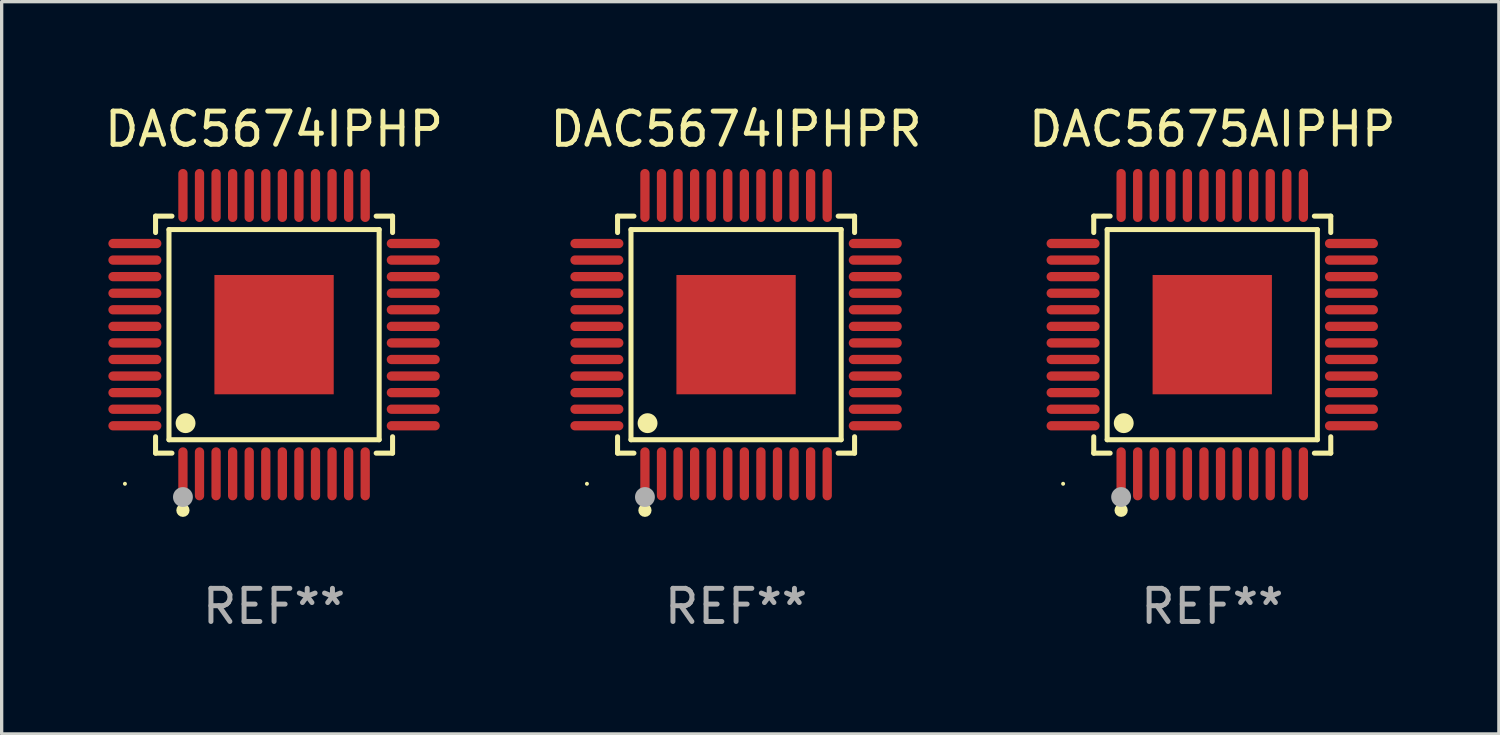
<source format=kicad_pcb>
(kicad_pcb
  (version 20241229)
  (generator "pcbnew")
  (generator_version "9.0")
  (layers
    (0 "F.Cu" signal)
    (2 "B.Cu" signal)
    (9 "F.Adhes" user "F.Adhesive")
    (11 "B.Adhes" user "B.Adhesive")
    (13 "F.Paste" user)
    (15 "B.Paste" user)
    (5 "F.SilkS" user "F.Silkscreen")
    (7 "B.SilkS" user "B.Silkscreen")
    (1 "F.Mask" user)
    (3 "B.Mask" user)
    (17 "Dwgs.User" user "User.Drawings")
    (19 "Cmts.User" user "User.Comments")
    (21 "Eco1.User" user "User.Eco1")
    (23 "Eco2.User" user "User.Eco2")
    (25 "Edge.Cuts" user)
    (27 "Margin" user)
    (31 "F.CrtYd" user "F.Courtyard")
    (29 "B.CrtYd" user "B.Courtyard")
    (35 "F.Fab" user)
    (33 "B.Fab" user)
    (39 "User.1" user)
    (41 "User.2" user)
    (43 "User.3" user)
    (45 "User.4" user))
  (footprint "DAC5674IPHP"
    (layer "F.Cu")
    (at 5.22 7.048)
    (property "Reference" "DAC5674IPHP" (at 0 -6.2 0) (layer "F.SilkS") (effects (font (size 1 1) (thickness 0.15))))
    (attr through_hole)
    (fp_line (start -3.576 -3.576) (end -3.081 -3.576) (stroke (width 0.152) (type solid)) (layer "F.SilkS"))
    (fp_line (start -3.576 -3.081) (end -3.576 -3.576) (stroke (width 0.152) (type solid)) (layer "F.SilkS"))
    (fp_line (start -3.576 3.081) (end -3.576 3.576) (stroke (width 0.152) (type solid)) (layer "F.SilkS"))
    (fp_line (start -3.576 3.576) (end -3.081 3.576) (stroke (width 0.152) (type solid)) (layer "F.SilkS"))
    (fp_line (start -3.171 -3.171) (end 3.171 -3.171) (stroke (width 0.152) (type solid)) (layer "F.SilkS"))
    (fp_line (start -3.171 3.171) (end -3.171 -3.171) (stroke (width 0.152) (type solid)) (layer "F.SilkS"))
    (fp_line (start 3.171 -3.171) (end 3.171 3.171) (stroke (width 0.152) (type solid)) (layer "F.SilkS"))
    (fp_line (start 3.171 3.171) (end -3.171 3.171) (stroke (width 0.152) (type solid)) (layer "F.SilkS"))
    (fp_line (start 3.576 -3.576) (end 3.081 -3.576) (stroke (width 0.152) (type solid)) (layer "F.SilkS"))
    (fp_line (start 3.576 -3.081) (end 3.576 -3.576) (stroke (width 0.152) (type solid)) (layer "F.SilkS"))
    (fp_line (start 3.576 3.081) (end 3.576 3.576) (stroke (width 0.152) (type solid)) (layer "F.SilkS"))
    (fp_line (start 3.576 3.576) (end 3.081 3.576) (stroke (width 0.152) (type solid)) (layer "F.SilkS"))
    (fp_circle (center -4.5 4.5) (end -4.47 4.5) (stroke (width 0.06) (type solid)) (fill no) (layer "F.SilkS"))
    (fp_circle (center -2.75 5.3) (end -2.65 5.3) (stroke (width 0.2) (type solid)) (fill no) (layer "F.SilkS"))
    (fp_circle (center -2.671 2.671) (end -2.521 2.671) (stroke (width 0.3) (type solid)) (fill no) (layer "F.SilkS"))
    (fp_circle (center -2.75 4.9) (end -2.6 4.9) (stroke (width 0.3) (type solid)) (fill no) (layer "F.Fab"))
    (fp_text user "REF**" (at 0 8.2 0) (layer "F.Fab") (effects (font (size 1 1) (thickness 0.15))))
    (pad "1" smd oval (at -2.75 4.2) (size 0.28 1.6) (layers "F.Cu" "F.Mask" "F.Paste"))
    (pad "2" smd oval (at -2.25 4.2) (size 0.28 1.6) (layers "F.Cu" "F.Mask" "F.Paste"))
    (pad "3" smd oval (at -1.75 4.2) (size 0.28 1.6) (layers "F.Cu" "F.Mask" "F.Paste"))
    (pad "4" smd oval (at -1.25 4.2) (size 0.28 1.6) (layers "F.Cu" "F.Mask" "F.Paste"))
    (pad "5" smd oval (at -0.75 4.2) (size 0.28 1.6) (layers "F.Cu" "F.Mask" "F.Paste"))
    (pad "6" smd oval (at -0.25 4.2) (size 0.28 1.6) (layers "F.Cu" "F.Mask" "F.Paste"))
    (pad "7" smd oval (at 0.25 4.2) (size 0.28 1.6) (layers "F.Cu" "F.Mask" "F.Paste"))
    (pad "8" smd oval (at 0.75 4.2) (size 0.28 1.6) (layers "F.Cu" "F.Mask" "F.Paste"))
    (pad "9" smd oval (at 1.25 4.2) (size 0.28 1.6) (layers "F.Cu" "F.Mask" "F.Paste"))
    (pad "10" smd oval (at 1.75 4.2) (size 0.28 1.6) (layers "F.Cu" "F.Mask" "F.Paste"))
    (pad "11" smd oval (at 2.25 4.2) (size 0.28 1.6) (layers "F.Cu" "F.Mask" "F.Paste"))
    (pad "12" smd oval (at 2.75 4.2) (size 0.28 1.6) (layers "F.Cu" "F.Mask" "F.Paste"))
    (pad "13" smd oval (at 4.2 2.75) (size 1.6 0.28) (layers "F.Cu" "F.Mask" "F.Paste"))
    (pad "14" smd oval (at 4.2 2.25) (size 1.6 0.28) (layers "F.Cu" "F.Mask" "F.Paste"))
    (pad "15" smd oval (at 4.2 1.75) (size 1.6 0.28) (layers "F.Cu" "F.Mask" "F.Paste"))
    (pad "16" smd oval (at 4.2 1.25) (size 1.6 0.28) (layers "F.Cu" "F.Mask" "F.Paste"))
    (pad "17" smd oval (at 4.2 0.75) (size 1.6 0.28) (layers "F.Cu" "F.Mask" "F.Paste"))
    (pad "18" smd oval (at 4.2 0.25) (size 1.6 0.28) (layers "F.Cu" "F.Mask" "F.Paste"))
    (pad "19" smd oval (at 4.2 -0.25) (size 1.6 0.28) (layers "F.Cu" "F.Mask" "F.Paste"))
    (pad "20" smd oval (at 4.2 -0.75) (size 1.6 0.28) (layers "F.Cu" "F.Mask" "F.Paste"))
    (pad "21" smd oval (at 4.2 -1.25) (size 1.6 0.28) (layers "F.Cu" "F.Mask" "F.Paste"))
    (pad "22" smd oval (at 4.2 -1.75) (size 1.6 0.28) (layers "F.Cu" "F.Mask" "F.Paste"))
    (pad "23" smd oval (at 4.2 -2.25) (size 1.6 0.28) (layers "F.Cu" "F.Mask" "F.Paste"))
    (pad "24" smd oval (at 4.2 -2.75) (size 1.6 0.28) (layers "F.Cu" "F.Mask" "F.Paste"))
    (pad "25" smd oval (at 2.75 -4.2) (size 0.28 1.6) (layers "F.Cu" "F.Mask" "F.Paste"))
    (pad "26" smd oval (at 2.25 -4.2) (size 0.28 1.6) (layers "F.Cu" "F.Mask" "F.Paste"))
    (pad "27" smd oval (at 1.75 -4.2) (size 0.28 1.6) (layers "F.Cu" "F.Mask" "F.Paste"))
    (pad "28" smd oval (at 1.25 -4.2) (size 0.28 1.6) (layers "F.Cu" "F.Mask" "F.Paste"))
    (pad "29" smd oval (at 0.75 -4.2) (size 0.28 1.6) (layers "F.Cu" "F.Mask" "F.Paste"))
    (pad "30" smd oval (at 0.25 -4.2) (size 0.28 1.6) (layers "F.Cu" "F.Mask" "F.Paste"))
    (pad "31" smd oval (at -0.25 -4.2) (size 0.28 1.6) (layers "F.Cu" "F.Mask" "F.Paste"))
    (pad "32" smd oval (at -0.75 -4.2) (size 0.28 1.6) (layers "F.Cu" "F.Mask" "F.Paste"))
    (pad "33" smd oval (at -1.25 -4.2) (size 0.28 1.6) (layers "F.Cu" "F.Mask" "F.Paste"))
    (pad "34" smd oval (at -1.75 -4.2) (size 0.28 1.6) (layers "F.Cu" "F.Mask" "F.Paste"))
    (pad "35" smd oval (at -2.25 -4.2) (size 0.28 1.6) (layers "F.Cu" "F.Mask" "F.Paste"))
    (pad "36" smd oval (at -2.75 -4.2) (size 0.28 1.6) (layers "F.Cu" "F.Mask" "F.Paste"))
    (pad "37" smd oval (at -4.2 -2.75) (size 1.6 0.28) (layers "F.Cu" "F.Mask" "F.Paste"))
    (pad "38" smd oval (at -4.2 -2.25) (size 1.6 0.28) (layers "F.Cu" "F.Mask" "F.Paste"))
    (pad "39" smd oval (at -4.2 -1.75) (size 1.6 0.28) (layers "F.Cu" "F.Mask" "F.Paste"))
    (pad "40" smd oval (at -4.2 -1.25) (size 1.6 0.28) (layers "F.Cu" "F.Mask" "F.Paste"))
    (pad "41" smd oval (at -4.2 -0.75) (size 1.6 0.28) (layers "F.Cu" "F.Mask" "F.Paste"))
    (pad "42" smd oval (at -4.2 -0.25) (size 1.6 0.28) (layers "F.Cu" "F.Mask" "F.Paste"))
    (pad "43" smd oval (at -4.2 0.25) (size 1.6 0.28) (layers "F.Cu" "F.Mask" "F.Paste"))
    (pad "44" smd oval (at -4.2 0.75) (size 1.6 0.28) (layers "F.Cu" "F.Mask" "F.Paste"))
    (pad "45" smd oval (at -4.2 1.25) (size 1.6 0.28) (layers "F.Cu" "F.Mask" "F.Paste"))
    (pad "46" smd oval (at -4.2 1.75) (size 1.6 0.28) (layers "F.Cu" "F.Mask" "F.Paste"))
    (pad "47" smd oval (at -4.2 2.25) (size 1.6 0.28) (layers "F.Cu" "F.Mask" "F.Paste"))
    (pad "48" smd oval (at -4.2 2.75) (size 1.6 0.28) (layers "F.Cu" "F.Mask" "F.Paste"))
    (pad "49" smd rect (at 0 0) (size 3.6 3.6) (layers "F.Cu" "F.Mask" "F.Paste")))
  (footprint "DAC5674IPHPR"
    (layer "F.Cu")
    (at 19.161 7.048)
    (property "Reference" "DAC5674IPHPR" (at 0 -6.2 0) (layer "F.SilkS") (effects (font (size 1 1) (thickness 0.15))))
    (attr through_hole)
    (fp_line (start -3.576 -3.576) (end -3.081 -3.576) (stroke (width 0.152) (type solid)) (layer "F.SilkS"))
    (fp_line (start -3.576 -3.081) (end -3.576 -3.576) (stroke (width 0.152) (type solid)) (layer "F.SilkS"))
    (fp_line (start -3.576 3.081) (end -3.576 3.576) (stroke (width 0.152) (type solid)) (layer "F.SilkS"))
    (fp_line (start -3.576 3.576) (end -3.081 3.576) (stroke (width 0.152) (type solid)) (layer "F.SilkS"))
    (fp_line (start -3.171 -3.171) (end 3.171 -3.171) (stroke (width 0.152) (type solid)) (layer "F.SilkS"))
    (fp_line (start -3.171 3.171) (end -3.171 -3.171) (stroke (width 0.152) (type solid)) (layer "F.SilkS"))
    (fp_line (start 3.171 -3.171) (end 3.171 3.171) (stroke (width 0.152) (type solid)) (layer "F.SilkS"))
    (fp_line (start 3.171 3.171) (end -3.171 3.171) (stroke (width 0.152) (type solid)) (layer "F.SilkS"))
    (fp_line (start 3.576 -3.576) (end 3.081 -3.576) (stroke (width 0.152) (type solid)) (layer "F.SilkS"))
    (fp_line (start 3.576 -3.081) (end 3.576 -3.576) (stroke (width 0.152) (type solid)) (layer "F.SilkS"))
    (fp_line (start 3.576 3.081) (end 3.576 3.576) (stroke (width 0.152) (type solid)) (layer "F.SilkS"))
    (fp_line (start 3.576 3.576) (end 3.081 3.576) (stroke (width 0.152) (type solid)) (layer "F.SilkS"))
    (fp_circle (center -4.5 4.5) (end -4.47 4.5) (stroke (width 0.06) (type solid)) (fill no) (layer "F.SilkS"))
    (fp_circle (center -2.75 5.3) (end -2.65 5.3) (stroke (width 0.2) (type solid)) (fill no) (layer "F.SilkS"))
    (fp_circle (center -2.671 2.671) (end -2.521 2.671) (stroke (width 0.3) (type solid)) (fill no) (layer "F.SilkS"))
    (fp_circle (center -2.75 4.9) (end -2.6 4.9) (stroke (width 0.3) (type solid)) (fill no) (layer "F.Fab"))
    (fp_text user "REF**" (at 0 8.2 0) (layer "F.Fab") (effects (font (size 1 1) (thickness 0.15))))
    (pad "1" smd oval (at -2.75 4.2) (size 0.28 1.6) (layers "F.Cu" "F.Mask" "F.Paste"))
    (pad "2" smd oval (at -2.25 4.2) (size 0.28 1.6) (layers "F.Cu" "F.Mask" "F.Paste"))
    (pad "3" smd oval (at -1.75 4.2) (size 0.28 1.6) (layers "F.Cu" "F.Mask" "F.Paste"))
    (pad "4" smd oval (at -1.25 4.2) (size 0.28 1.6) (layers "F.Cu" "F.Mask" "F.Paste"))
    (pad "5" smd oval (at -0.75 4.2) (size 0.28 1.6) (layers "F.Cu" "F.Mask" "F.Paste"))
    (pad "6" smd oval (at -0.25 4.2) (size 0.28 1.6) (layers "F.Cu" "F.Mask" "F.Paste"))
    (pad "7" smd oval (at 0.25 4.2) (size 0.28 1.6) (layers "F.Cu" "F.Mask" "F.Paste"))
    (pad "8" smd oval (at 0.75 4.2) (size 0.28 1.6) (layers "F.Cu" "F.Mask" "F.Paste"))
    (pad "9" smd oval (at 1.25 4.2) (size 0.28 1.6) (layers "F.Cu" "F.Mask" "F.Paste"))
    (pad "10" smd oval (at 1.75 4.2) (size 0.28 1.6) (layers "F.Cu" "F.Mask" "F.Paste"))
    (pad "11" smd oval (at 2.25 4.2) (size 0.28 1.6) (layers "F.Cu" "F.Mask" "F.Paste"))
    (pad "12" smd oval (at 2.75 4.2) (size 0.28 1.6) (layers "F.Cu" "F.Mask" "F.Paste"))
    (pad "13" smd oval (at 4.2 2.75) (size 1.6 0.28) (layers "F.Cu" "F.Mask" "F.Paste"))
    (pad "14" smd oval (at 4.2 2.25) (size 1.6 0.28) (layers "F.Cu" "F.Mask" "F.Paste"))
    (pad "15" smd oval (at 4.2 1.75) (size 1.6 0.28) (layers "F.Cu" "F.Mask" "F.Paste"))
    (pad "16" smd oval (at 4.2 1.25) (size 1.6 0.28) (layers "F.Cu" "F.Mask" "F.Paste"))
    (pad "17" smd oval (at 4.2 0.75) (size 1.6 0.28) (layers "F.Cu" "F.Mask" "F.Paste"))
    (pad "18" smd oval (at 4.2 0.25) (size 1.6 0.28) (layers "F.Cu" "F.Mask" "F.Paste"))
    (pad "19" smd oval (at 4.2 -0.25) (size 1.6 0.28) (layers "F.Cu" "F.Mask" "F.Paste"))
    (pad "20" smd oval (at 4.2 -0.75) (size 1.6 0.28) (layers "F.Cu" "F.Mask" "F.Paste"))
    (pad "21" smd oval (at 4.2 -1.25) (size 1.6 0.28) (layers "F.Cu" "F.Mask" "F.Paste"))
    (pad "22" smd oval (at 4.2 -1.75) (size 1.6 0.28) (layers "F.Cu" "F.Mask" "F.Paste"))
    (pad "23" smd oval (at 4.2 -2.25) (size 1.6 0.28) (layers "F.Cu" "F.Mask" "F.Paste"))
    (pad "24" smd oval (at 4.2 -2.75) (size 1.6 0.28) (layers "F.Cu" "F.Mask" "F.Paste"))
    (pad "25" smd oval (at 2.75 -4.2) (size 0.28 1.6) (layers "F.Cu" "F.Mask" "F.Paste"))
    (pad "26" smd oval (at 2.25 -4.2) (size 0.28 1.6) (layers "F.Cu" "F.Mask" "F.Paste"))
    (pad "27" smd oval (at 1.75 -4.2) (size 0.28 1.6) (layers "F.Cu" "F.Mask" "F.Paste"))
    (pad "28" smd oval (at 1.25 -4.2) (size 0.28 1.6) (layers "F.Cu" "F.Mask" "F.Paste"))
    (pad "29" smd oval (at 0.75 -4.2) (size 0.28 1.6) (layers "F.Cu" "F.Mask" "F.Paste"))
    (pad "30" smd oval (at 0.25 -4.2) (size 0.28 1.6) (layers "F.Cu" "F.Mask" "F.Paste"))
    (pad "31" smd oval (at -0.25 -4.2) (size 0.28 1.6) (layers "F.Cu" "F.Mask" "F.Paste"))
    (pad "32" smd oval (at -0.75 -4.2) (size 0.28 1.6) (layers "F.Cu" "F.Mask" "F.Paste"))
    (pad "33" smd oval (at -1.25 -4.2) (size 0.28 1.6) (layers "F.Cu" "F.Mask" "F.Paste"))
    (pad "34" smd oval (at -1.75 -4.2) (size 0.28 1.6) (layers "F.Cu" "F.Mask" "F.Paste"))
    (pad "35" smd oval (at -2.25 -4.2) (size 0.28 1.6) (layers "F.Cu" "F.Mask" "F.Paste"))
    (pad "36" smd oval (at -2.75 -4.2) (size 0.28 1.6) (layers "F.Cu" "F.Mask" "F.Paste"))
    (pad "37" smd oval (at -4.2 -2.75) (size 1.6 0.28) (layers "F.Cu" "F.Mask" "F.Paste"))
    (pad "38" smd oval (at -4.2 -2.25) (size 1.6 0.28) (layers "F.Cu" "F.Mask" "F.Paste"))
    (pad "39" smd oval (at -4.2 -1.75) (size 1.6 0.28) (layers "F.Cu" "F.Mask" "F.Paste"))
    (pad "40" smd oval (at -4.2 -1.25) (size 1.6 0.28) (layers "F.Cu" "F.Mask" "F.Paste"))
    (pad "41" smd oval (at -4.2 -0.75) (size 1.6 0.28) (layers "F.Cu" "F.Mask" "F.Paste"))
    (pad "42" smd oval (at -4.2 -0.25) (size 1.6 0.28) (layers "F.Cu" "F.Mask" "F.Paste"))
    (pad "43" smd oval (at -4.2 0.25) (size 1.6 0.28) (layers "F.Cu" "F.Mask" "F.Paste"))
    (pad "44" smd oval (at -4.2 0.75) (size 1.6 0.28) (layers "F.Cu" "F.Mask" "F.Paste"))
    (pad "45" smd oval (at -4.2 1.25) (size 1.6 0.28) (layers "F.Cu" "F.Mask" "F.Paste"))
    (pad "46" smd oval (at -4.2 1.75) (size 1.6 0.28) (layers "F.Cu" "F.Mask" "F.Paste"))
    (pad "47" smd oval (at -4.2 2.25) (size 1.6 0.28) (layers "F.Cu" "F.Mask" "F.Paste"))
    (pad "48" smd oval (at -4.2 2.75) (size 1.6 0.28) (layers "F.Cu" "F.Mask" "F.Paste"))
    (pad "49" smd rect (at 0 0) (size 3.6 3.6) (layers "F.Cu" "F.Mask" "F.Paste")))
  (footprint "DAC5675AIPHP"
    (layer "F.Cu")
    (at 33.53 7.048)
    (property "Reference" "DAC5675AIPHP" (at 0 -6.2 0) (layer "F.SilkS") (effects (font (size 1 1) (thickness 0.15))))
    (attr through_hole)
    (fp_line (start -3.576 -3.576) (end -3.081 -3.576) (stroke (width 0.152) (type solid)) (layer "F.SilkS"))
    (fp_line (start -3.576 -3.081) (end -3.576 -3.576) (stroke (width 0.152) (type solid)) (layer "F.SilkS"))
    (fp_line (start -3.576 3.081) (end -3.576 3.576) (stroke (width 0.152) (type solid)) (layer "F.SilkS"))
    (fp_line (start -3.576 3.576) (end -3.081 3.576) (stroke (width 0.152) (type solid)) (layer "F.SilkS"))
    (fp_line (start -3.171 -3.171) (end 3.171 -3.171) (stroke (width 0.152) (type solid)) (layer "F.SilkS"))
    (fp_line (start -3.171 3.171) (end -3.171 -3.171) (stroke (width 0.152) (type solid)) (layer "F.SilkS"))
    (fp_line (start 3.171 -3.171) (end 3.171 3.171) (stroke (width 0.152) (type solid)) (layer "F.SilkS"))
    (fp_line (start 3.171 3.171) (end -3.171 3.171) (stroke (width 0.152) (type solid)) (layer "F.SilkS"))
    (fp_line (start 3.576 -3.576) (end 3.081 -3.576) (stroke (width 0.152) (type solid)) (layer "F.SilkS"))
    (fp_line (start 3.576 -3.081) (end 3.576 -3.576) (stroke (width 0.152) (type solid)) (layer "F.SilkS"))
    (fp_line (start 3.576 3.081) (end 3.576 3.576) (stroke (width 0.152) (type solid)) (layer "F.SilkS"))
    (fp_line (start 3.576 3.576) (end 3.081 3.576) (stroke (width 0.152) (type solid)) (layer "F.SilkS"))
    (fp_circle (center -4.5 4.5) (end -4.47 4.5) (stroke (width 0.06) (type solid)) (fill no) (layer "F.SilkS"))
    (fp_circle (center -2.75 5.3) (end -2.65 5.3) (stroke (width 0.2) (type solid)) (fill no) (layer "F.SilkS"))
    (fp_circle (center -2.671 2.671) (end -2.521 2.671) (stroke (width 0.3) (type solid)) (fill no) (layer "F.SilkS"))
    (fp_circle (center -2.75 4.9) (end -2.6 4.9) (stroke (width 0.3) (type solid)) (fill no) (layer "F.Fab"))
    (fp_text user "REF**" (at 0 8.2 0) (layer "F.Fab") (effects (font (size 1 1) (thickness 0.15))))
    (pad "1" smd oval (at -2.75 4.2) (size 0.28 1.6) (layers "F.Cu" "F.Mask" "F.Paste"))
    (pad "2" smd oval (at -2.25 4.2) (size 0.28 1.6) (layers "F.Cu" "F.Mask" "F.Paste"))
    (pad "3" smd oval (at -1.75 4.2) (size 0.28 1.6) (layers "F.Cu" "F.Mask" "F.Paste"))
    (pad "4" smd oval (at -1.25 4.2) (size 0.28 1.6) (layers "F.Cu" "F.Mask" "F.Paste"))
    (pad "5" smd oval (at -0.75 4.2) (size 0.28 1.6) (layers "F.Cu" "F.Mask" "F.Paste"))
    (pad "6" smd oval (at -0.25 4.2) (size 0.28 1.6) (layers "F.Cu" "F.Mask" "F.Paste"))
    (pad "7" smd oval (at 0.25 4.2) (size 0.28 1.6) (layers "F.Cu" "F.Mask" "F.Paste"))
    (pad "8" smd oval (at 0.75 4.2) (size 0.28 1.6) (layers "F.Cu" "F.Mask" "F.Paste"))
    (pad "9" smd oval (at 1.25 4.2) (size 0.28 1.6) (layers "F.Cu" "F.Mask" "F.Paste"))
    (pad "10" smd oval (at 1.75 4.2) (size 0.28 1.6) (layers "F.Cu" "F.Mask" "F.Paste"))
    (pad "11" smd oval (at 2.25 4.2) (size 0.28 1.6) (layers "F.Cu" "F.Mask" "F.Paste"))
    (pad "12" smd oval (at 2.75 4.2) (size 0.28 1.6) (layers "F.Cu" "F.Mask" "F.Paste"))
    (pad "13" smd oval (at 4.2 2.75) (size 1.6 0.28) (layers "F.Cu" "F.Mask" "F.Paste"))
    (pad "14" smd oval (at 4.2 2.25) (size 1.6 0.28) (layers "F.Cu" "F.Mask" "F.Paste"))
    (pad "15" smd oval (at 4.2 1.75) (size 1.6 0.28) (layers "F.Cu" "F.Mask" "F.Paste"))
    (pad "16" smd oval (at 4.2 1.25) (size 1.6 0.28) (layers "F.Cu" "F.Mask" "F.Paste"))
    (pad "17" smd oval (at 4.2 0.75) (size 1.6 0.28) (layers "F.Cu" "F.Mask" "F.Paste"))
    (pad "18" smd oval (at 4.2 0.25) (size 1.6 0.28) (layers "F.Cu" "F.Mask" "F.Paste"))
    (pad "19" smd oval (at 4.2 -0.25) (size 1.6 0.28) (layers "F.Cu" "F.Mask" "F.Paste"))
    (pad "20" smd oval (at 4.2 -0.75) (size 1.6 0.28) (layers "F.Cu" "F.Mask" "F.Paste"))
    (pad "21" smd oval (at 4.2 -1.25) (size 1.6 0.28) (layers "F.Cu" "F.Mask" "F.Paste"))
    (pad "22" smd oval (at 4.2 -1.75) (size 1.6 0.28) (layers "F.Cu" "F.Mask" "F.Paste"))
    (pad "23" smd oval (at 4.2 -2.25) (size 1.6 0.28) (layers "F.Cu" "F.Mask" "F.Paste"))
    (pad "24" smd oval (at 4.2 -2.75) (size 1.6 0.28) (layers "F.Cu" "F.Mask" "F.Paste"))
    (pad "25" smd oval (at 2.75 -4.2) (size 0.28 1.6) (layers "F.Cu" "F.Mask" "F.Paste"))
    (pad "26" smd oval (at 2.25 -4.2) (size 0.28 1.6) (layers "F.Cu" "F.Mask" "F.Paste"))
    (pad "27" smd oval (at 1.75 -4.2) (size 0.28 1.6) (layers "F.Cu" "F.Mask" "F.Paste"))
    (pad "28" smd oval (at 1.25 -4.2) (size 0.28 1.6) (layers "F.Cu" "F.Mask" "F.Paste"))
    (pad "29" smd oval (at 0.75 -4.2) (size 0.28 1.6) (layers "F.Cu" "F.Mask" "F.Paste"))
    (pad "30" smd oval (at 0.25 -4.2) (size 0.28 1.6) (layers "F.Cu" "F.Mask" "F.Paste"))
    (pad "31" smd oval (at -0.25 -4.2) (size 0.28 1.6) (layers "F.Cu" "F.Mask" "F.Paste"))
    (pad "32" smd oval (at -0.75 -4.2) (size 0.28 1.6) (layers "F.Cu" "F.Mask" "F.Paste"))
    (pad "33" smd oval (at -1.25 -4.2) (size 0.28 1.6) (layers "F.Cu" "F.Mask" "F.Paste"))
    (pad "34" smd oval (at -1.75 -4.2) (size 0.28 1.6) (layers "F.Cu" "F.Mask" "F.Paste"))
    (pad "35" smd oval (at -2.25 -4.2) (size 0.28 1.6) (layers "F.Cu" "F.Mask" "F.Paste"))
    (pad "36" smd oval (at -2.75 -4.2) (size 0.28 1.6) (layers "F.Cu" "F.Mask" "F.Paste"))
    (pad "37" smd oval (at -4.2 -2.75) (size 1.6 0.28) (layers "F.Cu" "F.Mask" "F.Paste"))
    (pad "38" smd oval (at -4.2 -2.25) (size 1.6 0.28) (layers "F.Cu" "F.Mask" "F.Paste"))
    (pad "39" smd oval (at -4.2 -1.75) (size 1.6 0.28) (layers "F.Cu" "F.Mask" "F.Paste"))
    (pad "40" smd oval (at -4.2 -1.25) (size 1.6 0.28) (layers "F.Cu" "F.Mask" "F.Paste"))
    (pad "41" smd oval (at -4.2 -0.75) (size 1.6 0.28) (layers "F.Cu" "F.Mask" "F.Paste"))
    (pad "42" smd oval (at -4.2 -0.25) (size 1.6 0.28) (layers "F.Cu" "F.Mask" "F.Paste"))
    (pad "43" smd oval (at -4.2 0.25) (size 1.6 0.28) (layers "F.Cu" "F.Mask" "F.Paste"))
    (pad "44" smd oval (at -4.2 0.75) (size 1.6 0.28) (layers "F.Cu" "F.Mask" "F.Paste"))
    (pad "45" smd oval (at -4.2 1.25) (size 1.6 0.28) (layers "F.Cu" "F.Mask" "F.Paste"))
    (pad "46" smd oval (at -4.2 1.75) (size 1.6 0.28) (layers "F.Cu" "F.Mask" "F.Paste"))
    (pad "47" smd oval (at -4.2 2.25) (size 1.6 0.28) (layers "F.Cu" "F.Mask" "F.Paste"))
    (pad "48" smd oval (at -4.2 2.75) (size 1.6 0.28) (layers "F.Cu" "F.Mask" "F.Paste"))
    (pad "49" smd rect (at 0 0) (size 3.6 3.6) (layers "F.Cu" "F.Mask" "F.Paste")))
  (gr_rect
    (start -3 -3)
    (end 42.179 19.096)
    (stroke (width 0.1) (type default))
    (fill no)
    (layer "Edge.Cuts")))
</source>
